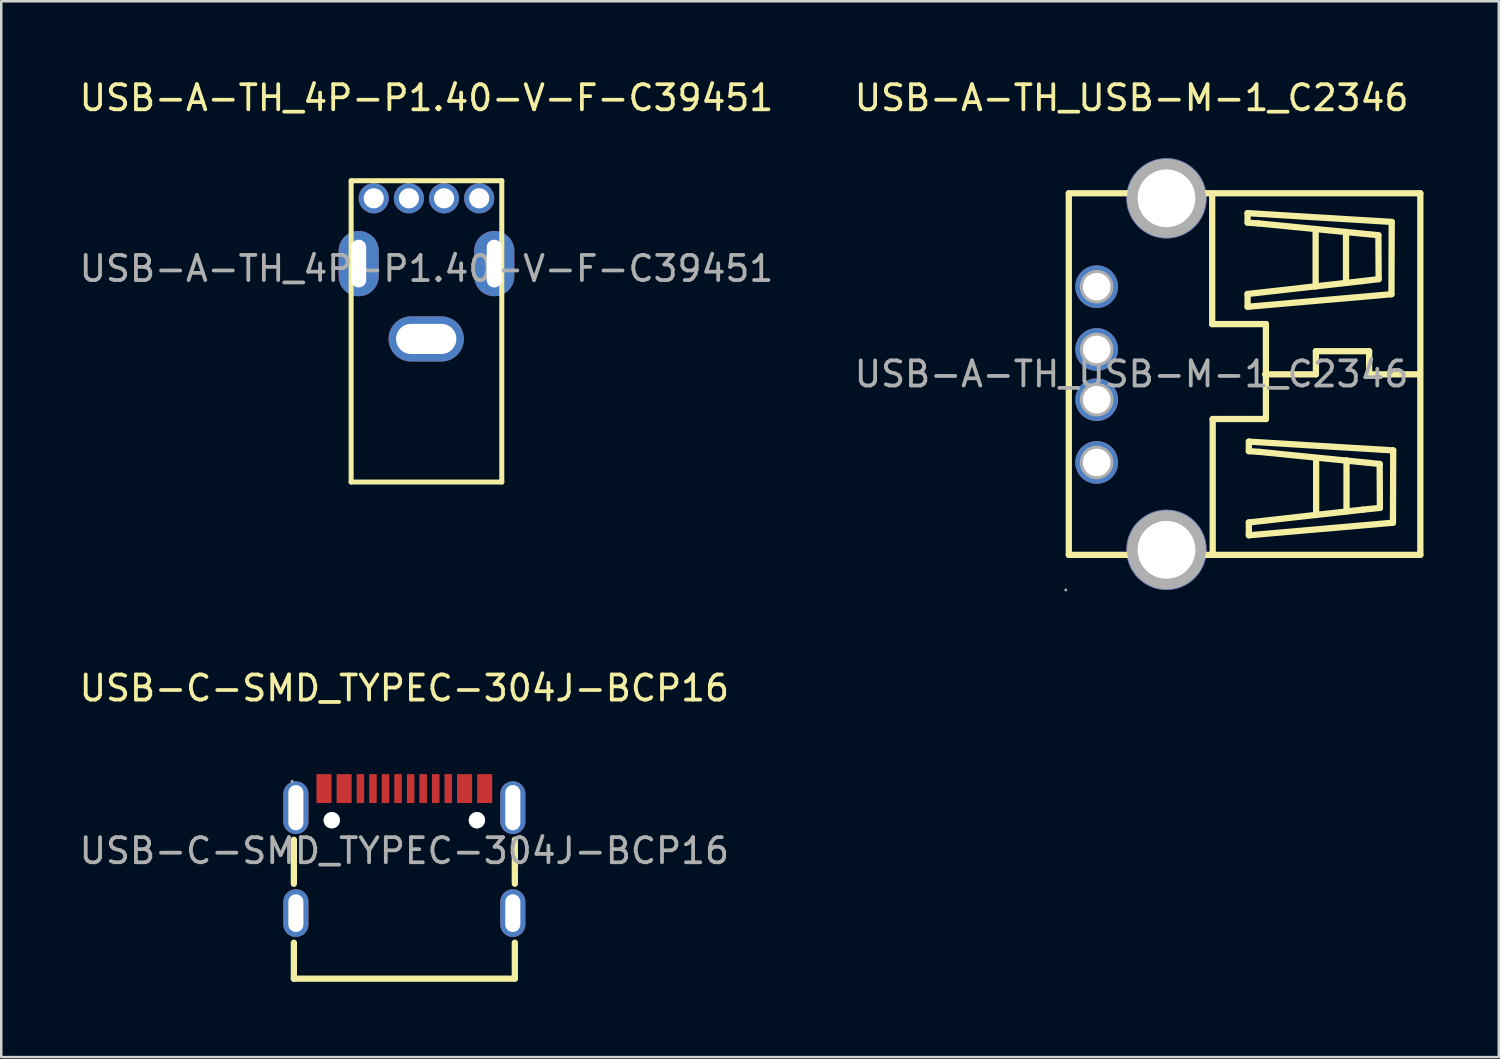
<source format=kicad_pcb>
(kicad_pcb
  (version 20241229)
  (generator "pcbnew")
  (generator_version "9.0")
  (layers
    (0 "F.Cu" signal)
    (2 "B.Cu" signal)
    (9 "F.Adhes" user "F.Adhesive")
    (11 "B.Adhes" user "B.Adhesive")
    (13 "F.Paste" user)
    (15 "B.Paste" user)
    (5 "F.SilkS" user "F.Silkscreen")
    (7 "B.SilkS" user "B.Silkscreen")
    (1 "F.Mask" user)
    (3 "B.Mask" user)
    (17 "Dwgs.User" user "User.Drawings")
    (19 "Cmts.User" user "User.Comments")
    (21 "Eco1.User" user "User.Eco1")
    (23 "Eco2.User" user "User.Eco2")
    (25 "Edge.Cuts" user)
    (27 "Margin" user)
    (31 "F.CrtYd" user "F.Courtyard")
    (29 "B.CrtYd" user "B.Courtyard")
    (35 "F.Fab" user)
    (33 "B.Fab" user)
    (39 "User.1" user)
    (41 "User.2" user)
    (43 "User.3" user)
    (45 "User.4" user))
  (footprint "USB-C-SMD_TYPEC-304J-BCP16"
    (layer "F.Cu")
    (at 13.054 30.837)
    (property "Reference" "USB-C-SMD_TYPEC-304J-BCP16" (at 0 -6.48 0) (layer "F.SilkS") (effects (font (size 1 1) (thickness 0.15))))
    (attr smd)
    (fp_line (start -4.4 1.31) (end -4.4 -0.44) (stroke (width 0.25) (type solid)) (layer "F.SilkS"))
    (fp_line (start -4.4 5.09) (end -4.4 3.66) (stroke (width 0.25) (type solid)) (layer "F.SilkS"))
    (fp_line (start -4.4 5.09) (end 4.4 5.09) (stroke (width 0.25) (type solid)) (layer "F.SilkS"))
    (fp_line (start 4.4 1.31) (end 4.4 -0.44) (stroke (width 0.25) (type solid)) (layer "F.SilkS"))
    (fp_line (start 4.4 5.09) (end 4.4 3.66) (stroke (width 0.25) (type solid)) (layer "F.SilkS"))
    (fp_circle (center -2.89 -1.22) (end -2.74 -1.22) (stroke (width 0.3) (type solid)) (fill no) (layer "Cmts.User"))
    (fp_circle (center 2.89 -1.22) (end 3.04 -1.22) (stroke (width 0.3) (type solid)) (fill no) (layer "Cmts.User"))
    (fp_circle (center -4.47 -2.77) (end -4.44 -2.77) (stroke (width 0.06) (type solid)) (fill no) (layer "F.Fab"))
    (fp_text user "${REFERENCE}" (at 0 0 0) (layer "F.Fab") (effects (font (size 1 1) (thickness 0.15))))
    (pad "" thru_hole circle (at -2.89 -1.22) (size 0.65 0.65) (drill 0.65) (layers "*.Cu" "*.Mask"))
    (pad "" thru_hole circle (at 2.89 -1.22) (size 0.65 0.65) (drill 0.65) (layers "*.Cu" "*.Mask"))
    (pad "13" thru_hole oval (at -4.32 -1.72) (size 1 2.1) (drill oval 0.6 1.8) (layers "*.Cu" "*.Mask"))
    (pad "14" thru_hole oval (at 4.32 -1.72) (size 1 2.1) (drill oval 0.6 1.8) (layers "*.Cu" "*.Mask"))
    (pad "15" thru_hole oval (at -4.32 2.48) (size 1 1.9) (drill oval 0.6 1.5) (layers "*.Cu" "*.Mask"))
    (pad "16" thru_hole oval (at 4.32 2.48) (size 1 1.9) (drill oval 0.6 1.5) (layers "*.Cu" "*.Mask"))
    (pad "A1B12" smd rect (at -3.2 -2.48) (size 0.6 1.15) (layers "F.Cu" "F.Mask" "F.Paste"))
    (pad "A4B9" smd rect (at -2.4 -2.48) (size 0.6 1.15) (layers "F.Cu" "F.Mask" "F.Paste"))
    (pad "A5" smd rect (at -1.25 -2.48) (size 0.3 1.15) (layers "F.Cu" "F.Mask" "F.Paste"))
    (pad "A6" smd rect (at -0.25 -2.48) (size 0.3 1.15) (layers "F.Cu" "F.Mask" "F.Paste"))
    (pad "A7" smd rect (at 0.25 -2.48) (size 0.3 1.15) (layers "F.Cu" "F.Mask" "F.Paste"))
    (pad "A8" smd rect (at 1.25 -2.48) (size 0.3 1.15) (layers "F.Cu" "F.Mask" "F.Paste"))
    (pad "B1A12" smd rect (at 3.2 -2.48) (size 0.6 1.15) (layers "F.Cu" "F.Mask" "F.Paste"))
    (pad "B4A9" smd rect (at 2.4 -2.48) (size 0.6 1.15) (layers "F.Cu" "F.Mask" "F.Paste"))
    (pad "B5" smd rect (at 1.75 -2.48) (size 0.3 1.15) (layers "F.Cu" "F.Mask" "F.Paste"))
    (pad "B6" smd rect (at 0.75 -2.48) (size 0.3 1.15) (layers "F.Cu" "F.Mask" "F.Paste"))
    (pad "B7" smd rect (at -0.75 -2.48) (size 0.3 1.15) (layers "F.Cu" "F.Mask" "F.Paste"))
    (pad "B8" smd rect (at -1.75 -2.48) (size 0.3 1.15) (layers "F.Cu" "F.Mask" "F.Paste")))
  (footprint "USB-A-TH_USB-M-1_C2346"
    (layer "F.Cu")
    (at 42.018 11.848)
    (property "Reference" "USB-A-TH_USB-M-1_C2346" (at 0 -11 0) (layer "F.SilkS") (effects (font (size 1 1) (thickness 0.15))))
    (attr through_hole)
    (fp_line (start -2.5 7.2) (end -2.5 -7.2) (stroke (width 0.25) (type solid)) (layer "F.SilkS"))
    (fp_line (start 3.21 -7.19) (end 3.21 -1.99) (stroke (width 0.25) (type solid)) (layer "F.SilkS"))
    (fp_line (start 3.21 -1.99) (end 5.35 -1.99) (stroke (width 0.25) (type solid)) (layer "F.SilkS"))
    (fp_line (start 3.23 1.79) (end 3.23 7.19) (stroke (width 0.25) (type solid)) (layer "F.SilkS"))
    (fp_line (start 4.62 -6.41) (end 10.36 -6.06) (stroke (width 0.25) (type solid)) (layer "F.SilkS"))
    (fp_line (start 4.62 -6.03) (end 4.62 -6.41) (stroke (width 0.25) (type solid)) (layer "F.SilkS"))
    (fp_line (start 4.62 -3.19) (end 9.16 -3.7) (stroke (width 0.25) (type solid)) (layer "F.SilkS"))
    (fp_line (start 4.62 -2.68) (end 4.62 -3.19) (stroke (width 0.25) (type solid)) (layer "F.SilkS"))
    (fp_line (start 4.67 2.69) (end 10.42 3.04) (stroke (width 0.25) (type solid)) (layer "F.SilkS"))
    (fp_line (start 4.67 3.07) (end 4.67 2.69) (stroke (width 0.25) (type solid)) (layer "F.SilkS"))
    (fp_line (start 4.67 5.91) (end 9.21 5.4) (stroke (width 0.25) (type solid)) (layer "F.SilkS"))
    (fp_line (start 4.67 6.42) (end 4.67 5.91) (stroke (width 0.25) (type solid)) (layer "F.SilkS"))
    (fp_line (start 5.05 -6) (end 4.62 -6.03) (stroke (width 0.25) (type solid)) (layer "F.SilkS"))
    (fp_line (start 5.1 3.1) (end 4.67 3.07) (stroke (width 0.25) (type solid)) (layer "F.SilkS"))
    (fp_line (start 5.32 0.01) (end 7.34 0.01) (stroke (width 0.25) (type solid)) (layer "F.SilkS"))
    (fp_line (start 5.35 -1.99) (end 5.35 1.79) (stroke (width 0.25) (type solid)) (layer "F.SilkS"))
    (fp_line (start 5.35 1.79) (end 3.23 1.79) (stroke (width 0.25) (type solid)) (layer "F.SilkS"))
    (fp_line (start 7.33 -3.49) (end 7.33 -5.75) (stroke (width 0.25) (type solid)) (layer "F.SilkS"))
    (fp_line (start 7.34 -0.91) (end 9.46 -0.91) (stroke (width 0.25) (type solid)) (layer "F.SilkS"))
    (fp_line (start 7.34 0.01) (end 7.34 -0.91) (stroke (width 0.25) (type solid)) (layer "F.SilkS"))
    (fp_line (start 7.35 5.61) (end 7.35 3.35) (stroke (width 0.25) (type solid)) (layer "F.SilkS"))
    (fp_line (start 8.54 -3.63) (end 8.54 -5.66) (stroke (width 0.25) (type solid)) (layer "F.SilkS"))
    (fp_line (start 8.56 5.47) (end 8.56 3.44) (stroke (width 0.25) (type solid)) (layer "F.SilkS"))
    (fp_line (start 9.16 -3.7) (end 9.84 -3.78) (stroke (width 0.25) (type solid)) (layer "F.SilkS"))
    (fp_line (start 9.21 5.4) (end 9.89 5.33) (stroke (width 0.25) (type solid)) (layer "F.SilkS"))
    (fp_line (start 9.46 -0.91) (end 9.46 0.01) (stroke (width 0.25) (type solid)) (layer "F.SilkS"))
    (fp_line (start 9.46 0.01) (end 11.49 0.01) (stroke (width 0.25) (type solid)) (layer "F.SilkS"))
    (fp_line (start 9.83 -5.53) (end 5.05 -6) (stroke (width 0.25) (type solid)) (layer "F.SilkS"))
    (fp_line (start 9.84 -3.78) (end 9.83 -5.53) (stroke (width 0.25) (type solid)) (layer "F.SilkS"))
    (fp_line (start 9.88 3.58) (end 5.1 3.1) (stroke (width 0.25) (type solid)) (layer "F.SilkS"))
    (fp_line (start 9.89 5.33) (end 9.88 3.58) (stroke (width 0.25) (type solid)) (layer "F.SilkS"))
    (fp_line (start 10.35 -3.18) (end 4.62 -2.68) (stroke (width 0.25) (type solid)) (layer "F.SilkS"))
    (fp_line (start 10.36 -6.06) (end 10.35 -3.18) (stroke (width 0.25) (type solid)) (layer "F.SilkS"))
    (fp_line (start 10.41 5.92) (end 4.67 6.42) (stroke (width 0.25) (type solid)) (layer "F.SilkS"))
    (fp_line (start 10.42 3.04) (end 10.41 5.92) (stroke (width 0.25) (type solid)) (layer "F.SilkS"))
    (fp_line (start 11.5 -7.2) (end -2.5 -7.2) (stroke (width 0.25) (type solid)) (layer "F.SilkS"))
    (fp_line (start 11.5 7.2) (end -2.5 7.2) (stroke (width 0.25) (type solid)) (layer "F.SilkS"))
    (fp_line (start 11.5 7.2) (end 11.5 -7.2) (stroke (width 0.25) (type solid)) (layer "F.SilkS"))
    (fp_circle (center -2.62 8.6) (end -2.59 8.6) (stroke (width 0.06) (type solid)) (fill no) (layer "F.Fab"))
    (fp_circle (center -1.39 -3.48) (end -1.17 -3.48) (stroke (width 0.45) (type solid)) (fill no) (layer "F.Fab"))
    (fp_circle (center -1.39 -0.98) (end -1.17 -0.98) (stroke (width 0.45) (type solid)) (fill no) (layer "F.Fab"))
    (fp_circle (center -1.39 1.02) (end -1.17 1.02) (stroke (width 0.45) (type solid)) (fill no) (layer "F.Fab"))
    (fp_circle (center -1.39 3.52) (end -1.17 3.52) (stroke (width 0.45) (type solid)) (fill no) (layer "F.Fab"))
    (fp_circle (center 1.39 -7) (end 1.91 -7) (stroke (width 1.05) (type solid)) (fill no) (layer "F.Fab"))
    (fp_circle (center 1.39 7) (end 1.91 7) (stroke (width 1.05) (type solid)) (fill no) (layer "F.Fab"))
    (fp_text user "${REFERENCE}" (at 0 0 0) (layer "F.Fab") (effects (font (size 1 1) (thickness 0.15))))
    (pad "0" thru_hole circle (at 1.39 -7 180) (size 3.2 3.2) (drill 2.3) (layers "*.Cu" "*.Mask"))
    (pad "0" thru_hole circle (at 1.39 7 180) (size 3.2 3.2) (drill 2.3) (layers "*.Cu" "*.Mask"))
    (pad "1" thru_hole circle (at -1.39 3.52) (size 1.7 1.7) (drill 1.1) (layers "*.Cu" "*.Mask"))
    (pad "2" thru_hole circle (at -1.39 1.02) (size 1.7 1.7) (drill 1.1) (layers "*.Cu" "*.Mask"))
    (pad "3" thru_hole circle (at -1.39 -0.98) (size 1.7 1.7) (drill 1.1) (layers "*.Cu" "*.Mask"))
    (pad "4" thru_hole circle (at -1.39 -3.48) (size 1.7 1.7) (drill 1.1) (layers "*.Cu" "*.Mask")))
  (footprint "USB-A-TH_4P-P1.40-V-F-C39451"
    (layer "F.Cu")
    (at 13.935 7.648)
    (property "Reference" "USB-A-TH_4P-P1.40-V-F-C39451" (at 0 -6.8 0) (layer "F.SilkS") (effects (font (size 1 1) (thickness 0.15))))
    (attr through_hole)
    (fp_line (start -3 -3.5) (end -3 8.5) (stroke (width 0.2) (type solid)) (layer "F.SilkS"))
    (fp_line (start -3 -3.5) (end 3 -3.5) (stroke (width 0.2) (type solid)) (layer "F.SilkS"))
    (fp_line (start 3 -3.5) (end 3 8.5) (stroke (width 0.2) (type solid)) (layer "F.SilkS"))
    (fp_line (start 3 8.5) (end -3 8.5) (stroke (width 0.2) (type solid)) (layer "F.SilkS"))
    (fp_circle (center -2.1 -2.8) (end -1.95 -2.8) (stroke (width 0.3) (type solid)) (fill no) (layer "F.Fab"))
    (fp_circle (center -0.7 -2.8) (end -0.55 -2.8) (stroke (width 0.3) (type solid)) (fill no) (layer "F.Fab"))
    (fp_circle (center 0.7 -2.8) (end 0.85 -2.8) (stroke (width 0.3) (type solid)) (fill no) (layer "F.Fab"))
    (fp_circle (center 2.1 -2.8) (end 2.25 -2.8) (stroke (width 0.3) (type solid)) (fill no) (layer "F.Fab"))
    (fp_text user "${REFERENCE}" (at 0 0 0) (layer "F.Fab") (effects (font (size 1 1) (thickness 0.15))))
    (pad "1" thru_hole circle (at 2.1 -2.8 180) (size 1.2 1.2) (drill 0.8) (layers "*.Cu" "*.Mask"))
    (pad "2" thru_hole circle (at 0.7 -2.8 180) (size 1.2 1.2) (drill 0.8) (layers "*.Cu" "*.Mask"))
    (pad "3" thru_hole circle (at -0.7 -2.8 180) (size 1.2 1.2) (drill 0.8) (layers "*.Cu" "*.Mask"))
    (pad "4" thru_hole circle (at -2.1 -2.8 180) (size 1.2 1.2) (drill 0.8) (layers "*.Cu" "*.Mask"))
    (pad "5" thru_hole oval (at -2.7 -0.2 90) (size 2.6 1.6) (drill oval 1.9 0.6) (layers "*.Cu" "*.Mask"))
    (pad "6" thru_hole oval (at 2.7 -0.2 90) (size 2.6 1.6) (drill oval 1.9 0.6) (layers "*.Cu" "*.Mask"))
    (pad "7" thru_hole oval (at -0.01 2.8 180) (size 3 1.8) (drill oval 2.4 1.2) (layers "*.Cu" "*.Mask")))
  (gr_rect
    (start -3 -3)
    (end 56.643 39.051)
    (stroke (width 0.1) (type default))
    (fill no)
    (layer "Edge.Cuts")))
</source>
